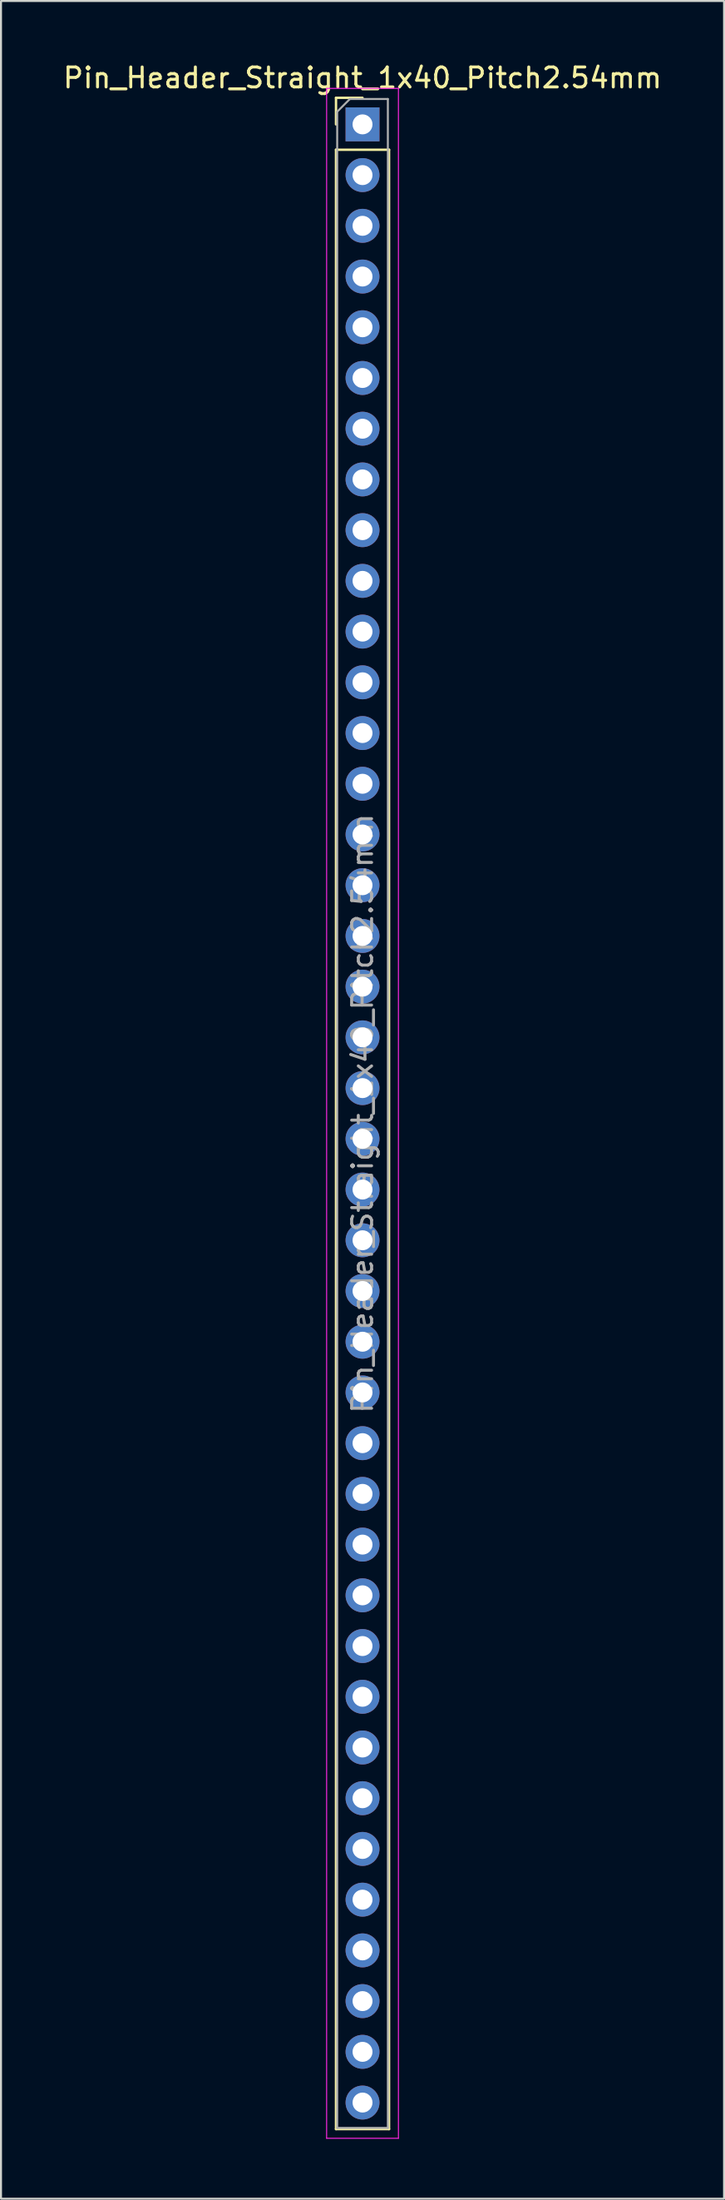
<source format=kicad_pcb>
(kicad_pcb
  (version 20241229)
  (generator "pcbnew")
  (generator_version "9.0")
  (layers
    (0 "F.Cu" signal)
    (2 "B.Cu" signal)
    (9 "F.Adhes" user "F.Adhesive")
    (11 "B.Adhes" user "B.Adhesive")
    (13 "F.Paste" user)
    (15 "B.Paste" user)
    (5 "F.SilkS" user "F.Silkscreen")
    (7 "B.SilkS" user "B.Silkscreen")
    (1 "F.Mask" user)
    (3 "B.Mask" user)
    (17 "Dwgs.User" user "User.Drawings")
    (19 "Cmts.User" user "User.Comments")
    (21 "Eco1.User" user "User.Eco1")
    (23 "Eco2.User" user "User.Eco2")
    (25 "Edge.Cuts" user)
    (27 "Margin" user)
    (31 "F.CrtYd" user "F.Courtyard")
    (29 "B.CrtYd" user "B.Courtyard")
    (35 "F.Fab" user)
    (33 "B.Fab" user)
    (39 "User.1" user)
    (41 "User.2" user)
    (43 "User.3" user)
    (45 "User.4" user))
  (footprint "Pin_Header_Straight_1x40_Pitch2.54mm"
    (layer "F.Cu")
    (at 15.125 3.178)
    (property "Reference" "Pin_Header_Straight_1x40_Pitch2.54mm" (at 0 -2.33 0) (layer "F.SilkS") (effects (font (size 1 1) (thickness 0.15))))
    (attr through_hole)
    (fp_line (start -1.33 -1.33) (end 0 -1.33) (stroke (width 0.12) (type solid)) (layer "F.SilkS"))
    (fp_line (start -1.33 0) (end -1.33 -1.33) (stroke (width 0.12) (type solid)) (layer "F.SilkS"))
    (fp_line (start -1.33 1.27) (end -1.33 100.39) (stroke (width 0.12) (type solid)) (layer "F.SilkS"))
    (fp_line (start -1.33 100.39) (end 1.33 100.39) (stroke (width 0.12) (type solid)) (layer "F.SilkS"))
    (fp_line (start 1.33 1.27) (end -1.33 1.27) (stroke (width 0.12) (type solid)) (layer "F.SilkS"))
    (fp_line (start 1.33 100.39) (end 1.33 1.27) (stroke (width 0.12) (type solid)) (layer "F.SilkS"))
    (fp_line (start -1.8 -1.8) (end -1.8 100.85) (stroke (width 0.05) (type solid)) (layer "F.CrtYd"))
    (fp_line (start -1.8 100.85) (end 1.8 100.85) (stroke (width 0.05) (type solid)) (layer "F.CrtYd"))
    (fp_line (start 1.8 -1.8) (end -1.8 -1.8) (stroke (width 0.05) (type solid)) (layer "F.CrtYd"))
    (fp_line (start 1.8 100.85) (end 1.8 -1.8) (stroke (width 0.05) (type solid)) (layer "F.CrtYd"))
    (fp_line (start -1.27 -0.635) (end -0.635 -1.27) (stroke (width 0.1) (type solid)) (layer "F.Fab"))
    (fp_line (start -1.27 100.33) (end -1.27 -0.635) (stroke (width 0.1) (type solid)) (layer "F.Fab"))
    (fp_line (start -0.635 -1.27) (end 1.27 -1.27) (stroke (width 0.1) (type solid)) (layer "F.Fab"))
    (fp_line (start 1.27 -1.27) (end 1.27 100.33) (stroke (width 0.1) (type solid)) (layer "F.Fab"))
    (fp_line (start 1.27 100.33) (end -1.27 100.33) (stroke (width 0.1) (type solid)) (layer "F.Fab"))
    (fp_text user "${REFERENCE}" (at 0 49.53 90) (layer "F.Fab") (effects (font (size 1 1) (thickness 0.15))))
    (pad "1" thru_hole rect (at 0 0) (size 1.7 1.7) (drill 1) (layers "*.Cu" "*.Mask"))
    (pad "2" thru_hole oval (at 0 2.54) (size 1.7 1.7) (drill 1) (layers "*.Cu" "*.Mask"))
    (pad "3" thru_hole oval (at 0 5.08) (size 1.7 1.7) (drill 1) (layers "*.Cu" "*.Mask"))
    (pad "4" thru_hole oval (at 0 7.62) (size 1.7 1.7) (drill 1) (layers "*.Cu" "*.Mask"))
    (pad "5" thru_hole oval (at 0 10.16) (size 1.7 1.7) (drill 1) (layers "*.Cu" "*.Mask"))
    (pad "6" thru_hole oval (at 0 12.7) (size 1.7 1.7) (drill 1) (layers "*.Cu" "*.Mask"))
    (pad "7" thru_hole oval (at 0 15.24) (size 1.7 1.7) (drill 1) (layers "*.Cu" "*.Mask"))
    (pad "8" thru_hole oval (at 0 17.78) (size 1.7 1.7) (drill 1) (layers "*.Cu" "*.Mask"))
    (pad "9" thru_hole oval (at 0 20.32) (size 1.7 1.7) (drill 1) (layers "*.Cu" "*.Mask"))
    (pad "10" thru_hole oval (at 0 22.86) (size 1.7 1.7) (drill 1) (layers "*.Cu" "*.Mask"))
    (pad "11" thru_hole oval (at 0 25.4) (size 1.7 1.7) (drill 1) (layers "*.Cu" "*.Mask"))
    (pad "12" thru_hole oval (at 0 27.94) (size 1.7 1.7) (drill 1) (layers "*.Cu" "*.Mask"))
    (pad "13" thru_hole oval (at 0 30.48) (size 1.7 1.7) (drill 1) (layers "*.Cu" "*.Mask"))
    (pad "14" thru_hole oval (at 0 33.02) (size 1.7 1.7) (drill 1) (layers "*.Cu" "*.Mask"))
    (pad "15" thru_hole oval (at 0 35.56) (size 1.7 1.7) (drill 1) (layers "*.Cu" "*.Mask"))
    (pad "16" thru_hole oval (at 0 38.1) (size 1.7 1.7) (drill 1) (layers "*.Cu" "*.Mask"))
    (pad "17" thru_hole oval (at 0 40.64) (size 1.7 1.7) (drill 1) (layers "*.Cu" "*.Mask"))
    (pad "18" thru_hole oval (at 0 43.18) (size 1.7 1.7) (drill 1) (layers "*.Cu" "*.Mask"))
    (pad "19" thru_hole oval (at 0 45.72) (size 1.7 1.7) (drill 1) (layers "*.Cu" "*.Mask"))
    (pad "20" thru_hole oval (at 0 48.26) (size 1.7 1.7) (drill 1) (layers "*.Cu" "*.Mask"))
    (pad "21" thru_hole oval (at 0 50.8) (size 1.7 1.7) (drill 1) (layers "*.Cu" "*.Mask"))
    (pad "22" thru_hole oval (at 0 53.34) (size 1.7 1.7) (drill 1) (layers "*.Cu" "*.Mask"))
    (pad "23" thru_hole oval (at 0 55.88) (size 1.7 1.7) (drill 1) (layers "*.Cu" "*.Mask"))
    (pad "24" thru_hole oval (at 0 58.42) (size 1.7 1.7) (drill 1) (layers "*.Cu" "*.Mask"))
    (pad "25" thru_hole oval (at 0 60.96) (size 1.7 1.7) (drill 1) (layers "*.Cu" "*.Mask"))
    (pad "26" thru_hole oval (at 0 63.5) (size 1.7 1.7) (drill 1) (layers "*.Cu" "*.Mask"))
    (pad "27" thru_hole oval (at 0 66.04) (size 1.7 1.7) (drill 1) (layers "*.Cu" "*.Mask"))
    (pad "28" thru_hole oval (at 0 68.58) (size 1.7 1.7) (drill 1) (layers "*.Cu" "*.Mask"))
    (pad "29" thru_hole oval (at 0 71.12) (size 1.7 1.7) (drill 1) (layers "*.Cu" "*.Mask"))
    (pad "30" thru_hole oval (at 0 73.66) (size 1.7 1.7) (drill 1) (layers "*.Cu" "*.Mask"))
    (pad "31" thru_hole oval (at 0 76.2) (size 1.7 1.7) (drill 1) (layers "*.Cu" "*.Mask"))
    (pad "32" thru_hole oval (at 0 78.74) (size 1.7 1.7) (drill 1) (layers "*.Cu" "*.Mask"))
    (pad "33" thru_hole oval (at 0 81.28) (size 1.7 1.7) (drill 1) (layers "*.Cu" "*.Mask"))
    (pad "34" thru_hole oval (at 0 83.82) (size 1.7 1.7) (drill 1) (layers "*.Cu" "*.Mask"))
    (pad "35" thru_hole oval (at 0 86.36) (size 1.7 1.7) (drill 1) (layers "*.Cu" "*.Mask"))
    (pad "36" thru_hole oval (at 0 88.9) (size 1.7 1.7) (drill 1) (layers "*.Cu" "*.Mask"))
    (pad "37" thru_hole oval (at 0 91.44) (size 1.7 1.7) (drill 1) (layers "*.Cu" "*.Mask"))
    (pad "38" thru_hole oval (at 0 93.98) (size 1.7 1.7) (drill 1) (layers "*.Cu" "*.Mask"))
    (pad "39" thru_hole oval (at 0 96.52) (size 1.7 1.7) (drill 1) (layers "*.Cu" "*.Mask"))
    (pad "40" thru_hole oval (at 0 99.06) (size 1.7 1.7) (drill 1) (layers "*.Cu" "*.Mask")))
  (gr_rect
    (start -3 -3)
    (end 33.25 107.053)
    (stroke (width 0.1) (type default))
    (fill no)
    (layer "Edge.Cuts")))
</source>
